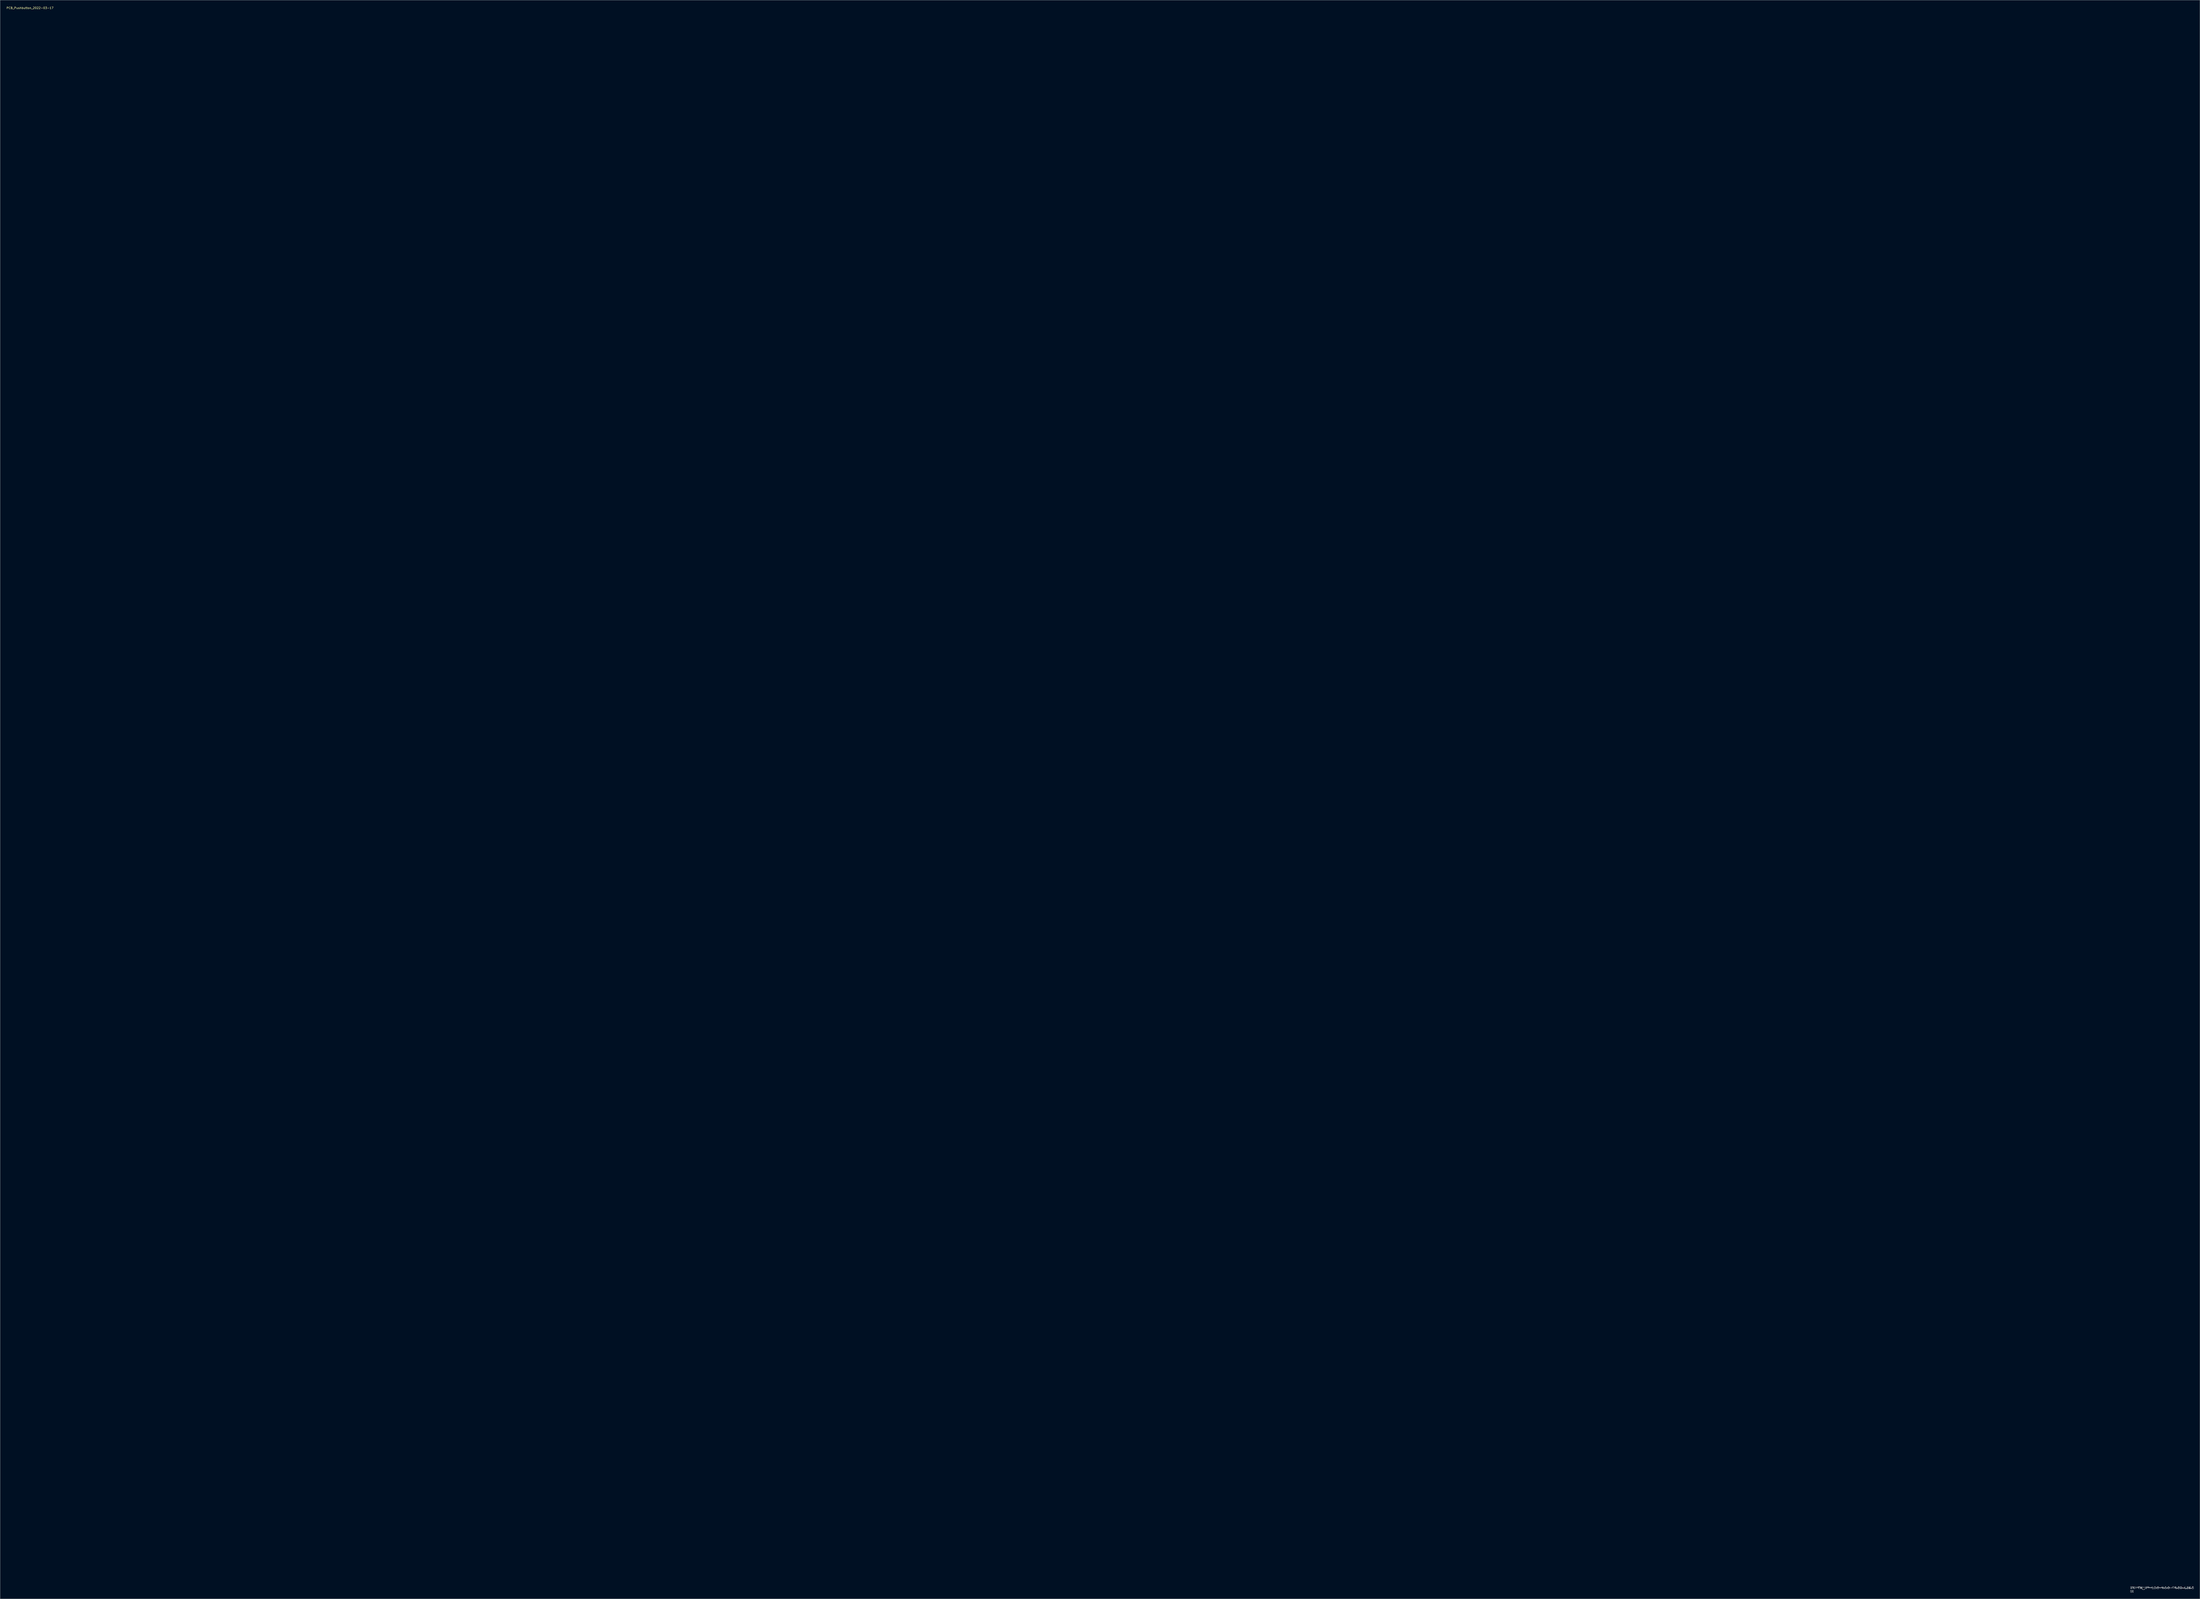
<source format=kicad_pcb>
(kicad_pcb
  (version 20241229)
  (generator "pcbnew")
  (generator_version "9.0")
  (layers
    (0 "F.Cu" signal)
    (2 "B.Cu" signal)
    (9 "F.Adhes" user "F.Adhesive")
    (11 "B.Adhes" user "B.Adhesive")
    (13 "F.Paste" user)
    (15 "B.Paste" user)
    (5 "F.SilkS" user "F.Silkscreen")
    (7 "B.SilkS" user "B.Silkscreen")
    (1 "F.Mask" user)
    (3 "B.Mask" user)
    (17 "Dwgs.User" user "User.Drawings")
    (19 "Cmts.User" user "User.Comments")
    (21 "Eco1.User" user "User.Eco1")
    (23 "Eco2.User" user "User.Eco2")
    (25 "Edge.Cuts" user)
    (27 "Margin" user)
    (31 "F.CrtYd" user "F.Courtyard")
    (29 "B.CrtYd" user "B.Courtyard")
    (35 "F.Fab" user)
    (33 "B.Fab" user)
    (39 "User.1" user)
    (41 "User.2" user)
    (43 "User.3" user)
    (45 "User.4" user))
  (footprint "PCB_Pushbutton_2022-03-17"
    (layer "F.Cu")
    (at 11.396 5.852)
    (property "Reference" "PCB_Pushbutton_2022-03-17" (at 0.229 -5.004 180) (layer "F.SilkS") (effects (font (size 1 1) (thickness 0.15))))
    (attr through_hole)
    (fp_poly (pts (xy 1028.415 769.967) (xy 1028.415 770.747) (xy 1028.466 770.902) (xy 1028.57 771.006) (xy 1028.728 771.057) (xy 1028.832 771.057) (xy 1028.987 771.006) (xy 1029.091 770.902) (xy 1029.142 770.747) (xy 1029.142 769.967) (xy 1029.485 770.175) (xy 1029.589 770.122) (xy 1029.746 769.967) (xy 1029.746 771.057)) (stroke (width 0.15) (type solid)) (fill no) (layer "Dwgs.User"))
    (fp_poly (pts (xy 1029.142 768.344) (xy 1029.038 768.24) (xy 1028.883 768.189) (xy 1028.675 768.189) (xy 1028.52 768.24) (xy 1028.415 768.344) (xy 1028.415 768.448) (xy 1028.466 768.552) (xy 1028.52 768.606) (xy 1028.624 768.657) (xy 1028.936 768.761) (xy 1029.038 768.811) (xy 1029.091 768.865) (xy 1029.142 768.969) (xy 1029.142 769.124) (xy 1029.038 769.228) (xy 1028.883 769.279) (xy 1028.675 769.279) (xy 1028.52 769.228) (xy 1028.415 769.124) (xy 1029.485 768.189) (xy 1029.746 769.279) (xy 1030.005 768.189) (xy 1029.746 769.279) (xy 1030.005 768.189) (xy 1030.265 769.279) (xy 1030.524 768.189) (xy 1030.265 769.279) (xy 1030.867 768.811) (xy 1031.804 768.811) (xy 1032.51 768.189) (xy 1032.51 769.279) (xy 1032.147 768.189) (xy 1032.873 768.189) (xy 1033.216 768.189) (xy 1033.216 769.279) (xy 1033.942 768.189) (xy 1033.942 769.279) (xy 1033.216 768.707) (xy 1033.942 768.707) (xy 1034.285 769.645) (xy 1035.222 769.645) (xy 1036.084 768.189) (xy 1035.565 768.916) (xy 1036.343 768.916) (xy 1036.084 768.189) (xy 1036.084 769.279) (xy 1036.685 768.189) (xy 1036.685 769.279) (xy 1036.685 768.189) (xy 1037.153 768.189) (xy 1037.31 768.24) (xy 1037.361 768.293) (xy 1037.414 768.397) (xy 1037.414 768.552) (xy 1037.361 768.657) (xy 1037.31 768.707) (xy 1037.153 768.761) (xy 1036.685 768.761) (xy 1037.757 768.811) (xy 1038.692 768.811) (xy 1039.035 768.189) (xy 1039.035 769.279) (xy 1039.657 769.279) (xy 1040.625 768.344) (xy 1040.572 768.24) (xy 1040.417 768.189) (xy 1040.313 768.189) (xy 1040.158 768.24) (xy 1040.053 768.397) (xy 1040 768.657) (xy 1040 768.916) (xy 1040.053 769.124) (xy 1040.158 769.228) (xy 1040.313 769.279) (xy 1040.366 769.279) (xy 1040.521 769.228) (xy 1040.625 769.124) (xy 1040.676 768.969) (xy 1040.676 768.916) (xy 1040.625 768.761) (xy 1040.521 768.657) (xy 1040.366 768.606) (xy 1040.313 768.606) (xy 1040.158 768.657) (xy 1040.053 768.761) (xy 1040 768.916) (xy 1041.072 769.02) (xy 1041.019 769.073) (xy 1041.072 769.124) (xy 1041.123 769.073) (xy 1041.072 769.02) (xy 1041.778 768.189) (xy 1041.623 768.24) (xy 1041.519 768.397) (xy 1041.466 768.657) (xy 1041.466 768.811) (xy 1041.519 769.073) (xy 1041.623 769.228) (xy 1041.778 769.279) (xy 1041.882 769.279) (xy 1042.037 769.228) (xy 1042.141 769.073) (xy 1042.195 768.811) (xy 1042.195 768.657) (xy 1042.141 768.397) (xy 1042.037 768.24) (xy 1041.882 768.189) (xy 1041.778 768.189) (xy 1042.537 768.811) (xy 1043.472 768.811) (xy 1043.815 768.189) (xy 1044.074 769.279) (xy 1044.333 768.189) (xy 1044.074 769.279) (xy 1044.333 768.189) (xy 1044.595 769.279) (xy 1044.854 768.189) (xy 1044.595 769.279) (xy 1045.819 768.344) (xy 1045.768 768.24) (xy 1045.611 768.189) (xy 1045.509 768.189) (xy 1045.352 768.24) (xy 1045.248 768.397) (xy 1045.197 768.657) (xy 1045.197 768.916) (xy 1045.248 769.124) (xy 1045.352 769.228) (xy 1045.509 769.279) (xy 1045.56 769.279) (xy 1045.715 769.228) (xy 1045.819 769.124) (xy 1045.872 768.969) (xy 1045.872 768.916) (xy 1045.819 768.761) (xy 1045.715 768.657) (xy 1045.56 768.606) (xy 1045.509 768.606) (xy 1045.352 768.657) (xy 1045.248 768.761) (xy 1045.197 768.916) (xy 1046.266 769.02) (xy 1046.215 769.073) (xy 1046.266 769.124) (xy 1046.319 769.073) (xy 1046.266 769.02) (xy 1046.972 768.189) (xy 1046.817 768.24) (xy 1046.713 768.397) (xy 1046.662 768.657) (xy 1046.662 768.811) (xy 1046.713 769.073) (xy 1046.817 769.228) (xy 1046.972 769.279) (xy 1047.076 769.279) (xy 1047.234 769.228) (xy 1047.338 769.073) (xy 1047.389 768.811) (xy 1047.389 768.657) (xy 1047.338 768.397) (xy 1047.234 768.24) (xy 1047.076 768.189) (xy 1046.972 768.189) (xy 1047.732 768.811) (xy 1048.666 768.811) (xy 1049.009 768.189) (xy 1049.009 769.279) (xy 1049.009 768.189) (xy 1049.477 768.189) (xy 1049.634 768.24) (xy 1049.685 768.293) (xy 1049.738 768.397) (xy 1049.738 768.552) (xy 1049.685 768.657) (xy 1049.634 768.707) (xy 1049.477 768.761) (xy 1049.009 768.761) (xy 1050.599 768.189) (xy 1050.081 768.916) (xy 1050.858 768.916) (xy 1050.599 768.189) (xy 1050.599 769.279) (xy 1051.255 769.02) (xy 1051.201 769.073) (xy 1051.255 769.124) (xy 1051.305 769.073) (xy 1051.255 769.02) (xy 1052.273 768.189) (xy 1051.752 768.189) (xy 1051.702 768.657) (xy 1051.752 768.606) (xy 1051.91 768.552) (xy 1052.065 768.552) (xy 1052.22 768.606) (xy 1052.324 768.707) (xy 1052.377 768.865) (xy 1052.377 768.969) (xy 1052.324 769.124) (xy 1052.22 769.228) (xy 1052.065 769.279) (xy 1051.91 769.279) (xy 1051.752 769.228) (xy 1051.702 769.177) (xy 1051.648 769.073) (xy 1053.03 768.189) (xy 1052.875 768.24) (xy 1052.771 768.397) (xy 1052.72 768.657) (xy 1052.72 768.811) (xy 1052.771 769.073) (xy 1052.875 769.228) (xy 1053.03 769.279) (xy 1053.134 769.279) (xy 1053.292 769.228) (xy 1053.396 769.073) (xy 1053.446 768.811) (xy 1053.446 768.657) (xy 1053.396 768.397) (xy 1053.292 768.24) (xy 1053.134 768.189) (xy 1053.03 768.189) (xy 1053.789 768.811) (xy 1054.724 768.811) (xy 1055.067 768.189) (xy 1055.067 769.279) (xy 1055.692 769.279) (xy 1056.761 768.344) (xy 1056.657 768.24) (xy 1056.502 768.189) (xy 1056.294 768.189) (xy 1056.139 768.24) (xy 1056.035 768.344) (xy 1056.035 768.448) (xy 1056.085 768.552) (xy 1056.139 768.606) (xy 1056.24 768.657) (xy 1056.553 768.761) (xy 1056.657 768.811) (xy 1056.71 768.865) (xy 1056.761 768.969) (xy 1056.761 769.124) (xy 1056.657 769.228) (xy 1056.502 769.279) (xy 1056.294 769.279) (xy 1056.139 769.228) (xy 1056.035 769.124) (xy 1057.726 768.344) (xy 1057.675 768.24) (xy 1057.52 768.189) (xy 1057.416 768.189) (xy 1057.259 768.24) (xy 1057.155 768.397) (xy 1057.104 768.657) (xy 1057.104 768.916) (xy 1057.155 769.124) (xy 1057.259 769.228) (xy 1057.416 769.279) (xy 1057.467 769.279) (xy 1057.625 769.228) (xy 1057.726 769.124) (xy 1057.78 768.969) (xy 1057.78 768.916) (xy 1057.726 768.761) (xy 1057.625 768.657) (xy 1057.467 768.606) (xy 1057.416 768.606) (xy 1057.259 768.657) (xy 1057.155 768.761) (xy 1057.104 768.916) (xy 1058.173 769.02) (xy 1058.122 769.073) (xy 1058.173 769.124) (xy 1058.227 769.073) (xy 1058.173 769.02) (xy 1059.192 768.189) (xy 1058.674 768.189) (xy 1058.62 768.657) (xy 1058.674 768.606) (xy 1058.829 768.552) (xy 1058.983 768.552) (xy 1059.141 768.606) (xy 1059.245 768.707) (xy 1059.296 768.865) (xy 1059.296 768.969) (xy 1059.245 769.124) (xy 1059.141 769.228) (xy 1058.983 769.279) (xy 1058.829 769.279) (xy 1058.674 769.228) (xy 1058.62 769.177) (xy 1058.569 769.073)) (stroke (width 0.15) (type solid)) (fill no) (layer "Dwgs.User")))
  (gr_rect
    (start -3 -3)
    (end 1073.767 779.984)
    (stroke (width 0.1) (type default))
    (fill no)
    (layer "Edge.Cuts")))
</source>
